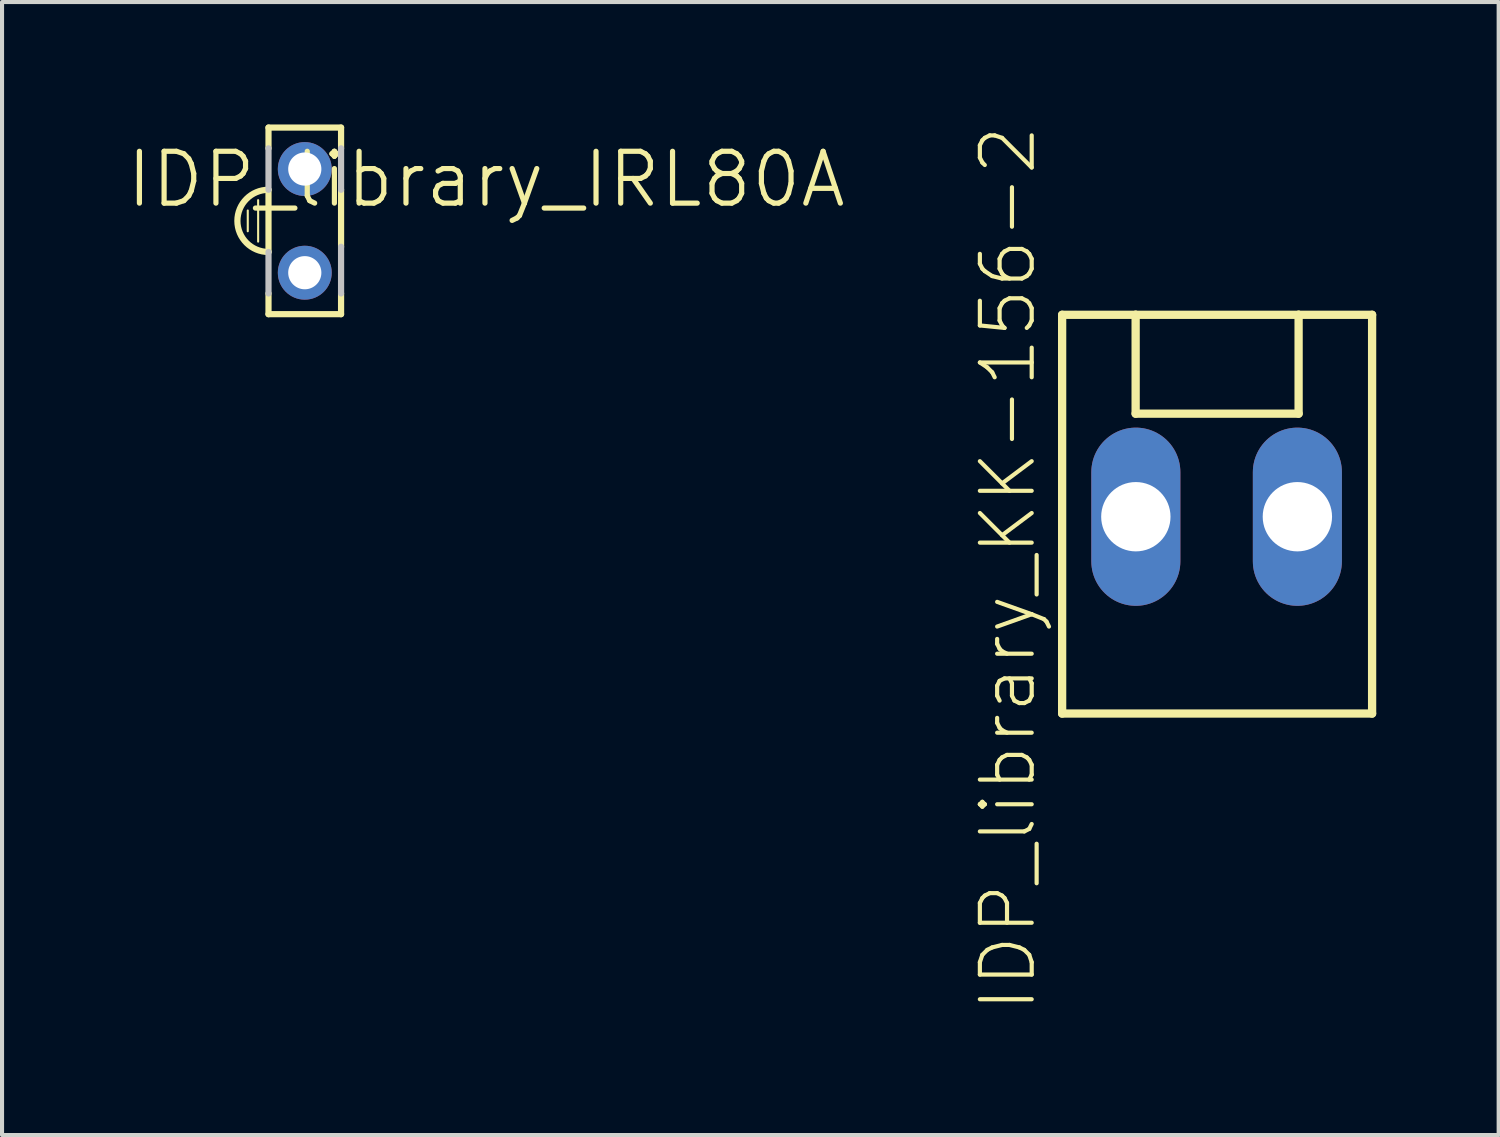
<source format=kicad_pcb>
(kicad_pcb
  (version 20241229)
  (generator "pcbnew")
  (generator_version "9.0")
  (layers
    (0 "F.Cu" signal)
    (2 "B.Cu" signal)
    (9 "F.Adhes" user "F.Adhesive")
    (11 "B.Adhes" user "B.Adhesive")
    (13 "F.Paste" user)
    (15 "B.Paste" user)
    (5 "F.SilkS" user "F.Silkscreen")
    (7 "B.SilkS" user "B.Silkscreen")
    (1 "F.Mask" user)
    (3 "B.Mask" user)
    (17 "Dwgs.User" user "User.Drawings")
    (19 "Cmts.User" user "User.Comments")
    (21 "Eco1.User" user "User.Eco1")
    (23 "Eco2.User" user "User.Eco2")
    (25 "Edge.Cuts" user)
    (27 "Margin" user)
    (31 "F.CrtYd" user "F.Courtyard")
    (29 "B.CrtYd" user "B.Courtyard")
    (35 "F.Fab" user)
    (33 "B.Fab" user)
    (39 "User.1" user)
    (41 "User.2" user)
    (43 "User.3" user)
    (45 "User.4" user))
  (footprint "IDP_library_KK-156-2"
    (layer "F.Cu")
    (at 26.76 9.611)
    (property "Reference" "IDP_library_KK-156-2" (at -5.113 1.27 90) (layer "F.SilkS") (effects (font (size 1.27 1.27) (thickness 0.102))))
    (attr exclude_from_pos_files exclude_from_bom)
    (fp_line (start -3.785 -4.948) (end -3.785 4.823) (stroke (width 0.203) (type solid)) (layer "F.SilkS"))
    (fp_line (start -3.785 4.823) (end 3.81 4.823) (stroke (width 0.203) (type solid)) (layer "F.SilkS"))
    (fp_line (start -1.984 -4.948) (end -3.785 -4.948) (stroke (width 0.203) (type solid)) (layer "F.SilkS"))
    (fp_line (start -1.984 -2.525) (end -1.984 -4.948) (stroke (width 0.203) (type solid)) (layer "F.SilkS"))
    (fp_line (start -1.984 -2.525) (end 2.009 -2.525) (stroke (width 0.203) (type solid)) (layer "F.SilkS"))
    (fp_line (start 2.009 -4.948) (end -1.984 -4.948) (stroke (width 0.203) (type solid)) (layer "F.SilkS"))
    (fp_line (start 2.009 -2.525) (end 2.009 -4.948) (stroke (width 0.203) (type solid)) (layer "F.SilkS"))
    (fp_line (start 3.81 -4.948) (end 2.009 -4.948) (stroke (width 0.203) (type solid)) (layer "F.SilkS"))
    (fp_line (start 3.81 4.823) (end 3.81 -4.948) (stroke (width 0.203) (type solid)) (layer "F.SilkS"))
    (pad "1" thru_hole oval (at -1.979 0 180) (size 2.182 4.366) (drill 1.699) (layers "*.Cu" "*.Paste" "*.Mask"))
    (pad "2" thru_hole oval (at 1.979 0 180) (size 2.182 4.366) (drill 1.699) (layers "*.Cu" "*.Paste" "*.Mask")))
  (footprint "IDP_library_IRL80A"
    (layer "F.Cu")
    (at 4.418 2.362)
    (property "Reference" "IDP_library_IRL80A" (at 4.445 -1.016 0) (layer "F.SilkS") (effects (font (size 1.27 1.27) (thickness 0.127))))
    (attr exclude_from_pos_files exclude_from_bom)
    (fp_line (start -1.397 -0.254) (end -1.397 0.254) (stroke (width 0.051) (type solid)) (layer "F.SilkS"))
    (fp_line (start -1.143 -0.508) (end -1.143 0.508) (stroke (width 0.051) (type solid)) (layer "F.SilkS"))
    (fp_line (start -0.889 -2.286) (end -0.889 -1.778) (stroke (width 0.152) (type solid)) (layer "F.SilkS"))
    (fp_line (start -0.889 -2.286) (end 0.889 -2.286) (stroke (width 0.152) (type solid)) (layer "F.SilkS"))
    (fp_line (start -0.889 -0.762) (end -0.889 0.762) (stroke (width 0.152) (type solid)) (layer "F.SilkS"))
    (fp_line (start -0.889 1.778) (end -0.889 2.286) (stroke (width 0.152) (type solid)) (layer "F.SilkS"))
    (fp_line (start 0.889 -2.286) (end 0.889 -1.778) (stroke (width 0.152) (type solid)) (layer "F.SilkS"))
    (fp_line (start 0.889 -0.762) (end 0.889 0.635) (stroke (width 0.152) (type solid)) (layer "F.SilkS"))
    (fp_line (start 0.889 1.778) (end 0.889 2.286) (stroke (width 0.152) (type solid)) (layer "F.SilkS"))
    (fp_line (start 0.889 2.286) (end -0.889 2.286) (stroke (width 0.152) (type solid)) (layer "F.SilkS"))
    (fp_arc (start -0.889 0.762) (mid -1.651 0) (end -0.889 -0.762) (stroke (width 0.1524) (type solid)) (layer "F.SilkS"))
    (fp_line (start -0.889 -1.778) (end -0.889 -0.762) (stroke (width 0.152) (type solid)) (layer "Dwgs.User"))
    (fp_line (start -0.889 0.762) (end -0.889 1.778) (stroke (width 0.152) (type solid)) (layer "Dwgs.User"))
    (fp_line (start 0.889 -1.778) (end 0.889 -0.762) (stroke (width 0.152) (type solid)) (layer "Dwgs.User"))
    (fp_line (start 0.889 0.635) (end 0.889 1.778) (stroke (width 0.152) (type solid)) (layer "Dwgs.User"))
    (pad "A" thru_hole circle (at 0 1.27) (size 1.321 1.321) (drill 0.813) (layers "*.Cu" "*.Paste" "*.Mask"))
    (pad "K" thru_hole circle (at 0 -1.27) (size 1.321 1.321) (drill 0.813) (layers "*.Cu" "*.Paste" "*.Mask")))
  (gr_rect
    (start -3 -3)
    (end 33.671 24.762)
    (stroke (width 0.1) (type default))
    (fill no)
    (layer "Edge.Cuts")))
</source>
